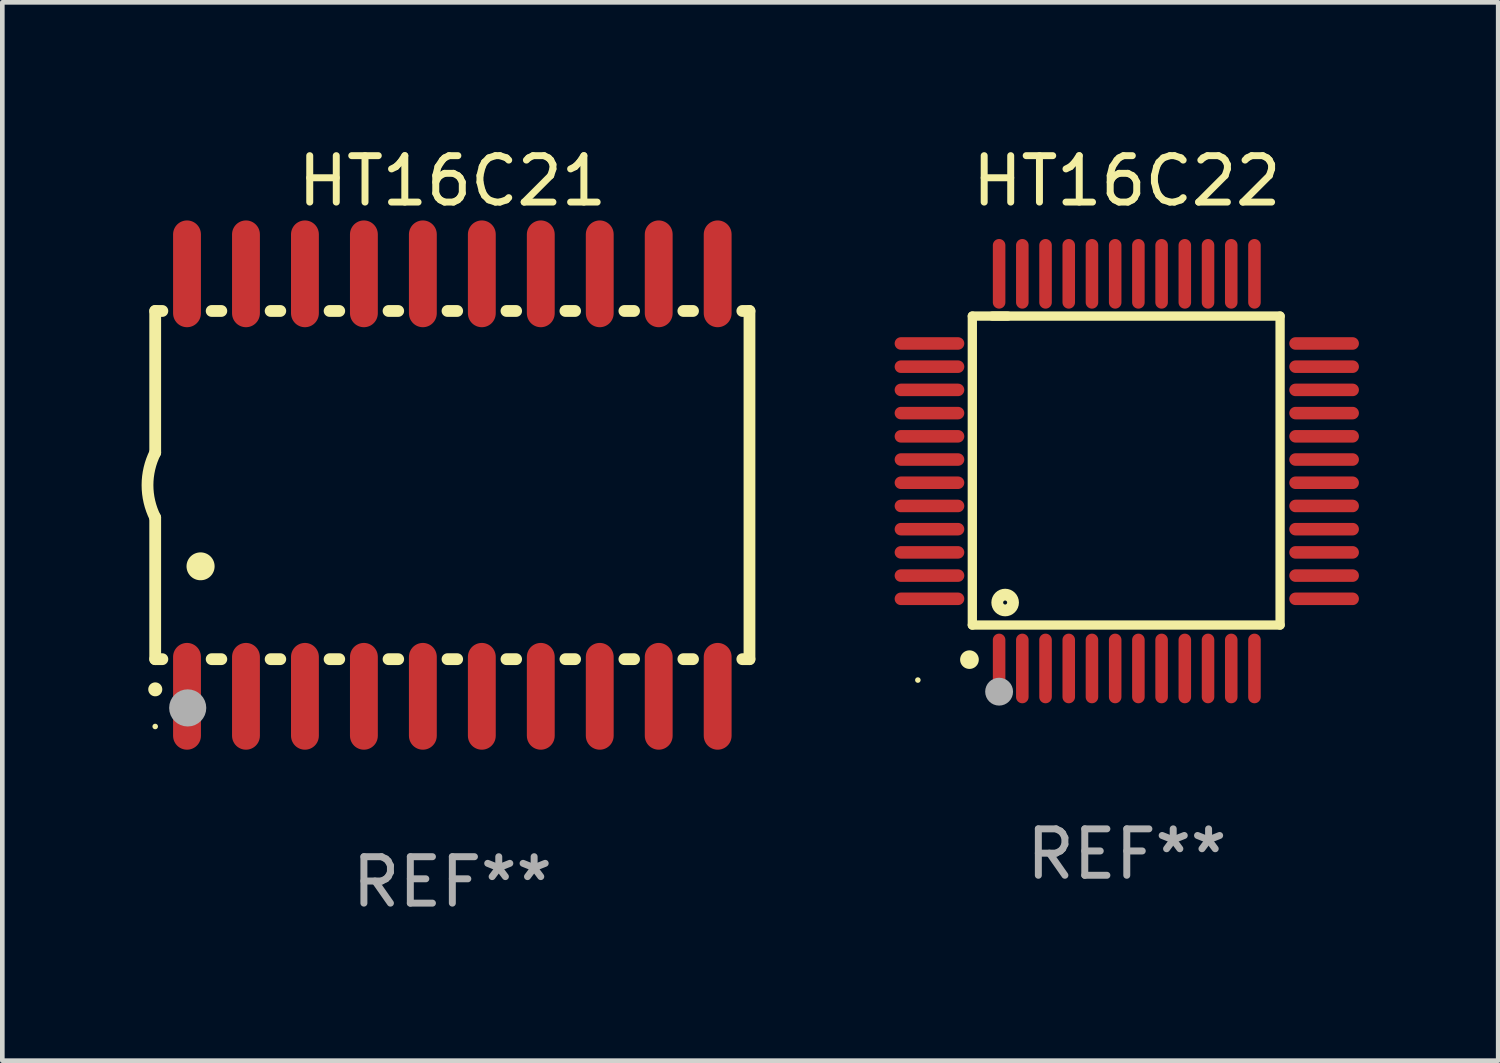
<source format=kicad_pcb>
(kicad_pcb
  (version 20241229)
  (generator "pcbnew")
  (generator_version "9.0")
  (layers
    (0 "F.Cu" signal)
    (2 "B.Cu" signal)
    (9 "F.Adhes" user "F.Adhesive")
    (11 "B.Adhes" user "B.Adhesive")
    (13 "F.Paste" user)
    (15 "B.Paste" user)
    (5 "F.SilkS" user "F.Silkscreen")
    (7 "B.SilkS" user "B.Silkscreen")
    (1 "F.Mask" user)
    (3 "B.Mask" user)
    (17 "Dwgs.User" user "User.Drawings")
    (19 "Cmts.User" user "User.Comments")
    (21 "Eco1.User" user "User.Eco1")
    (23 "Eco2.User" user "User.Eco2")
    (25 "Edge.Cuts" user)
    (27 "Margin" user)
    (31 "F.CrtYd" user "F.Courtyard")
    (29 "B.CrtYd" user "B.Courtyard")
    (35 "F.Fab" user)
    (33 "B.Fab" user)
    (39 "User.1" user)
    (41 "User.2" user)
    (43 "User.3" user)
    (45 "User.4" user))
  (footprint "HT16C22"
    (layer "F.Cu")
    (at 21.22 7.098)
    (property "Reference" "HT16C22" (at 0 -6.25 0) (layer "F.SilkS") (effects (font (size 1 1) (thickness 0.15))))
    (attr through_hole)
    (fp_line (start -3.327 -3.34) (end -2.565 -3.34) (stroke (width 0.2) (type solid)) (layer "F.SilkS"))
    (fp_line (start -3.327 3.315) (end -3.327 -3.34) (stroke (width 0.2) (type solid)) (layer "F.SilkS"))
    (fp_line (start -2.896 -3.34) (end 3.302 -3.34) (stroke (width 0.2) (type solid)) (layer "F.SilkS"))
    (fp_line (start 3.302 -3.34) (end 3.302 3.315) (stroke (width 0.2) (type solid)) (layer "F.SilkS"))
    (fp_line (start 3.302 3.315) (end -3.327 3.315) (stroke (width 0.2) (type solid)) (layer "F.SilkS"))
    (fp_arc (start -3.389992 4.059995) (mid -3.388722 4.059991) (end -3.387452 4.059995) (stroke (width 0.4) (type solid)) (layer "F.SilkS"))
    (fp_circle (center -4.5 4.5) (end -4.47 4.5) (stroke (width 0.06) (type solid)) (fill no) (layer "F.SilkS"))
    (fp_circle (center -2.62 2.83) (end -2.45 2.83) (stroke (width 0.254) (type solid)) (fill no) (layer "F.SilkS"))
    (fp_circle (center -2.75 4.75) (end -2.6 4.75) (stroke (width 0.3) (type solid)) (fill no) (layer "F.Fab"))
    (fp_text user "REF**" (at 0 8.25 0) (layer "F.Fab") (effects (font (size 1 1) (thickness 0.15))))
    (pad "1" smd oval (at -2.75 4.25) (size 0.27 1.5) (layers "F.Cu" "F.Mask" "F.Paste"))
    (pad "2" smd oval (at -2.25 4.25) (size 0.27 1.5) (layers "F.Cu" "F.Mask" "F.Paste"))
    (pad "3" smd oval (at -1.75 4.25) (size 0.27 1.5) (layers "F.Cu" "F.Mask" "F.Paste"))
    (pad "4" smd oval (at -1.25 4.25) (size 0.27 1.5) (layers "F.Cu" "F.Mask" "F.Paste"))
    (pad "5" smd oval (at -0.75 4.25) (size 0.27 1.5) (layers "F.Cu" "F.Mask" "F.Paste"))
    (pad "6" smd oval (at -0.25 4.25) (size 0.27 1.5) (layers "F.Cu" "F.Mask" "F.Paste"))
    (pad "7" smd oval (at 0.25 4.25) (size 0.27 1.5) (layers "F.Cu" "F.Mask" "F.Paste"))
    (pad "8" smd oval (at 0.75 4.25) (size 0.27 1.5) (layers "F.Cu" "F.Mask" "F.Paste"))
    (pad "9" smd oval (at 1.25 4.25) (size 0.27 1.5) (layers "F.Cu" "F.Mask" "F.Paste"))
    (pad "10" smd oval (at 1.75 4.25) (size 0.27 1.5) (layers "F.Cu" "F.Mask" "F.Paste"))
    (pad "11" smd oval (at 2.25 4.25) (size 0.27 1.5) (layers "F.Cu" "F.Mask" "F.Paste"))
    (pad "12" smd oval (at 2.75 4.25) (size 0.27 1.5) (layers "F.Cu" "F.Mask" "F.Paste"))
    (pad "13" smd oval (at 4.25 2.75) (size 1.5 0.27) (layers "F.Cu" "F.Mask" "F.Paste"))
    (pad "14" smd oval (at 4.25 2.25) (size 1.5 0.27) (layers "F.Cu" "F.Mask" "F.Paste"))
    (pad "15" smd oval (at 4.25 1.75) (size 1.5 0.27) (layers "F.Cu" "F.Mask" "F.Paste"))
    (pad "16" smd oval (at 4.25 1.25) (size 1.5 0.27) (layers "F.Cu" "F.Mask" "F.Paste"))
    (pad "17" smd oval (at 4.25 0.75) (size 1.5 0.27) (layers "F.Cu" "F.Mask" "F.Paste"))
    (pad "18" smd oval (at 4.25 0.25) (size 1.5 0.27) (layers "F.Cu" "F.Mask" "F.Paste"))
    (pad "19" smd oval (at 4.25 -0.25) (size 1.5 0.27) (layers "F.Cu" "F.Mask" "F.Paste"))
    (pad "20" smd oval (at 4.25 -0.75) (size 1.5 0.27) (layers "F.Cu" "F.Mask" "F.Paste"))
    (pad "21" smd oval (at 4.25 -1.25) (size 1.5 0.27) (layers "F.Cu" "F.Mask" "F.Paste"))
    (pad "22" smd oval (at 4.25 -1.75) (size 1.5 0.27) (layers "F.Cu" "F.Mask" "F.Paste"))
    (pad "23" smd oval (at 4.25 -2.25) (size 1.5 0.27) (layers "F.Cu" "F.Mask" "F.Paste"))
    (pad "24" smd oval (at 4.25 -2.75) (size 1.5 0.27) (layers "F.Cu" "F.Mask" "F.Paste"))
    (pad "25" smd oval (at 2.75 -4.25) (size 0.27 1.5) (layers "F.Cu" "F.Mask" "F.Paste"))
    (pad "26" smd oval (at 2.25 -4.25) (size 0.27 1.5) (layers "F.Cu" "F.Mask" "F.Paste"))
    (pad "27" smd oval (at 1.75 -4.25) (size 0.27 1.5) (layers "F.Cu" "F.Mask" "F.Paste"))
    (pad "28" smd oval (at 1.25 -4.25) (size 0.27 1.5) (layers "F.Cu" "F.Mask" "F.Paste"))
    (pad "29" smd oval (at 0.75 -4.25) (size 0.27 1.5) (layers "F.Cu" "F.Mask" "F.Paste"))
    (pad "30" smd oval (at 0.25 -4.25) (size 0.27 1.5) (layers "F.Cu" "F.Mask" "F.Paste"))
    (pad "31" smd oval (at -0.25 -4.25) (size 0.27 1.5) (layers "F.Cu" "F.Mask" "F.Paste"))
    (pad "32" smd oval (at -0.75 -4.25) (size 0.27 1.5) (layers "F.Cu" "F.Mask" "F.Paste"))
    (pad "33" smd oval (at -1.25 -4.25) (size 0.27 1.5) (layers "F.Cu" "F.Mask" "F.Paste"))
    (pad "34" smd oval (at -1.75 -4.25) (size 0.27 1.5) (layers "F.Cu" "F.Mask" "F.Paste"))
    (pad "35" smd oval (at -2.25 -4.25) (size 0.27 1.5) (layers "F.Cu" "F.Mask" "F.Paste"))
    (pad "36" smd oval (at -2.75 -4.25) (size 0.27 1.5) (layers "F.Cu" "F.Mask" "F.Paste"))
    (pad "37" smd oval (at -4.25 -2.75) (size 1.5 0.27) (layers "F.Cu" "F.Mask" "F.Paste"))
    (pad "38" smd oval (at -4.25 -2.25) (size 1.5 0.27) (layers "F.Cu" "F.Mask" "F.Paste"))
    (pad "39" smd oval (at -4.25 -1.75) (size 1.5 0.27) (layers "F.Cu" "F.Mask" "F.Paste"))
    (pad "40" smd oval (at -4.25 -1.25) (size 1.5 0.27) (layers "F.Cu" "F.Mask" "F.Paste"))
    (pad "41" smd oval (at -4.25 -0.75) (size 1.5 0.27) (layers "F.Cu" "F.Mask" "F.Paste"))
    (pad "42" smd oval (at -4.25 -0.25) (size 1.5 0.27) (layers "F.Cu" "F.Mask" "F.Paste"))
    (pad "43" smd oval (at -4.25 0.25) (size 1.5 0.27) (layers "F.Cu" "F.Mask" "F.Paste"))
    (pad "44" smd oval (at -4.25 0.75) (size 1.5 0.27) (layers "F.Cu" "F.Mask" "F.Paste"))
    (pad "45" smd oval (at -4.25 1.25) (size 1.5 0.27) (layers "F.Cu" "F.Mask" "F.Paste"))
    (pad "46" smd oval (at -4.25 1.75) (size 1.5 0.27) (layers "F.Cu" "F.Mask" "F.Paste"))
    (pad "47" smd oval (at -4.25 2.25) (size 1.5 0.27) (layers "F.Cu" "F.Mask" "F.Paste"))
    (pad "48" smd oval (at -4.25 2.75) (size 1.5 0.27) (layers "F.Cu" "F.Mask" "F.Paste")))
  (footprint "HT16C21"
    (layer "F.Cu")
    (at 6.693 7.398)
    (property "Reference" "HT16C21" (at 0 -6.55 0) (layer "F.SilkS") (effects (font (size 1 1) (thickness 0.15))))
    (attr through_hole)
    (fp_line (start -6.4 -3.75) (end -6.4 -0.7) (stroke (width 0.254) (type solid)) (layer "F.SilkS"))
    (fp_line (start -6.4 -3.75) (end -6.246 -3.75) (stroke (width 0.254) (type solid)) (layer "F.SilkS"))
    (fp_line (start -6.4 3.75) (end -6.4 0.7) (stroke (width 0.254) (type solid)) (layer "F.SilkS"))
    (fp_line (start -6.246 3.75) (end -6.4 3.75) (stroke (width 0.254) (type solid)) (layer "F.SilkS"))
    (fp_line (start -5.184 -3.75) (end -4.976 -3.75) (stroke (width 0.254) (type solid)) (layer "F.SilkS"))
    (fp_line (start -4.976 3.75) (end -5.184 3.75) (stroke (width 0.254) (type solid)) (layer "F.SilkS"))
    (fp_line (start -3.914 -3.75) (end -3.706 -3.75) (stroke (width 0.254) (type solid)) (layer "F.SilkS"))
    (fp_line (start -3.706 3.75) (end -3.914 3.75) (stroke (width 0.254) (type solid)) (layer "F.SilkS"))
    (fp_line (start -2.644 -3.75) (end -2.436 -3.75) (stroke (width 0.254) (type solid)) (layer "F.SilkS"))
    (fp_line (start -2.436 3.75) (end -2.644 3.75) (stroke (width 0.254) (type solid)) (layer "F.SilkS"))
    (fp_line (start -1.374 -3.75) (end -1.166 -3.75) (stroke (width 0.254) (type solid)) (layer "F.SilkS"))
    (fp_line (start -1.166 3.75) (end -1.374 3.75) (stroke (width 0.254) (type solid)) (layer "F.SilkS"))
    (fp_line (start -0.104 -3.75) (end 0.104 -3.75) (stroke (width 0.254) (type solid)) (layer "F.SilkS"))
    (fp_line (start 0.104 3.75) (end -0.104 3.75) (stroke (width 0.254) (type solid)) (layer "F.SilkS"))
    (fp_line (start 1.166 -3.75) (end 1.374 -3.75) (stroke (width 0.254) (type solid)) (layer "F.SilkS"))
    (fp_line (start 1.374 3.75) (end 1.166 3.75) (stroke (width 0.254) (type solid)) (layer "F.SilkS"))
    (fp_line (start 2.436 -3.75) (end 2.644 -3.75) (stroke (width 0.254) (type solid)) (layer "F.SilkS"))
    (fp_line (start 2.644 3.75) (end 2.436 3.75) (stroke (width 0.254) (type solid)) (layer "F.SilkS"))
    (fp_line (start 3.706 -3.75) (end 3.914 -3.75) (stroke (width 0.254) (type solid)) (layer "F.SilkS"))
    (fp_line (start 3.914 3.75) (end 3.706 3.75) (stroke (width 0.254) (type solid)) (layer "F.SilkS"))
    (fp_line (start 4.976 -3.75) (end 5.184 -3.75) (stroke (width 0.254) (type solid)) (layer "F.SilkS"))
    (fp_line (start 5.184 3.75) (end 4.976 3.75) (stroke (width 0.254) (type solid)) (layer "F.SilkS"))
    (fp_line (start 6.246 -3.75) (end 6.4 -3.75) (stroke (width 0.254) (type solid)) (layer "F.SilkS"))
    (fp_line (start 6.4 -3.75) (end 6.4 3.75) (stroke (width 0.254) (type solid)) (layer "F.SilkS"))
    (fp_line (start 6.4 3.75) (end 6.246 3.75) (stroke (width 0.254) (type solid)) (layer "F.SilkS"))
    (fp_arc (start -6.400812 0.701041) (mid -6.565912 0.000428) (end -6.400025 -0.7) (stroke (width 0.254001) (type solid)) (layer "F.SilkS"))
    (fp_arc (start -6.400025 4.4) (mid -6.398755 4.399995) (end -6.397485 4.4) (stroke (width 0.3) (type solid)) (layer "F.SilkS"))
    (fp_arc (start -5.425451 1.750064) (mid -5.422911 1.750053) (end -5.420371 1.750064) (stroke (width 0.6) (type solid)) (layer "F.SilkS"))
    (fp_circle (center -6.4 5.2) (end -6.37 5.2) (stroke (width 0.06) (type solid)) (fill no) (layer "F.SilkS"))
    (fp_circle (center -5.7 4.8) (end -5.5 4.8) (stroke (width 0.4) (type solid)) (fill no) (layer "F.Fab"))
    (fp_text user "REF**" (at 0 8.55 0) (layer "F.Fab") (effects (font (size 1 1) (thickness 0.15))))
    (pad "1" smd oval (at -5.715 4.55 180) (size 0.6 2.3) (layers "F.Cu" "F.Mask" "F.Paste"))
    (pad "2" smd oval (at -4.445 4.55 180) (size 0.6 2.3) (layers "F.Cu" "F.Mask" "F.Paste"))
    (pad "3" smd oval (at -3.175 4.55 180) (size 0.6 2.3) (layers "F.Cu" "F.Mask" "F.Paste"))
    (pad "4" smd oval (at -1.905 4.55 180) (size 0.6 2.3) (layers "F.Cu" "F.Mask" "F.Paste"))
    (pad "5" smd oval (at -0.635 4.55 180) (size 0.6 2.3) (layers "F.Cu" "F.Mask" "F.Paste"))
    (pad "6" smd oval (at 0.635 4.55 180) (size 0.6 2.3) (layers "F.Cu" "F.Mask" "F.Paste"))
    (pad "7" smd oval (at 1.905 4.55 180) (size 0.6 2.3) (layers "F.Cu" "F.Mask" "F.Paste"))
    (pad "8" smd oval (at 3.175 4.55 180) (size 0.6 2.3) (layers "F.Cu" "F.Mask" "F.Paste"))
    (pad "9" smd oval (at 4.445 4.55 180) (size 0.6 2.3) (layers "F.Cu" "F.Mask" "F.Paste"))
    (pad "10" smd oval (at 5.715 4.55 180) (size 0.6 2.3) (layers "F.Cu" "F.Mask" "F.Paste"))
    (pad "11" smd oval (at 5.715 -4.55 180) (size 0.6 2.3) (layers "F.Cu" "F.Mask" "F.Paste"))
    (pad "12" smd oval (at 4.445 -4.55 180) (size 0.6 2.3) (layers "F.Cu" "F.Mask" "F.Paste"))
    (pad "13" smd oval (at 3.175 -4.55 180) (size 0.6 2.3) (layers "F.Cu" "F.Mask" "F.Paste"))
    (pad "14" smd oval (at 1.905 -4.55 180) (size 0.6 2.3) (layers "F.Cu" "F.Mask" "F.Paste"))
    (pad "15" smd oval (at 0.635 -4.55 180) (size 0.6 2.3) (layers "F.Cu" "F.Mask" "F.Paste"))
    (pad "16" smd oval (at -0.635 -4.55 180) (size 0.6 2.3) (layers "F.Cu" "F.Mask" "F.Paste"))
    (pad "17" smd oval (at -1.905 -4.55 180) (size 0.6 2.3) (layers "F.Cu" "F.Mask" "F.Paste"))
    (pad "18" smd oval (at -3.175 -4.55 180) (size 0.6 2.3) (layers "F.Cu" "F.Mask" "F.Paste"))
    (pad "19" smd oval (at -4.445 -4.55 180) (size 0.6 2.3) (layers "F.Cu" "F.Mask" "F.Paste"))
    (pad "20" smd oval (at -5.715 -4.55 180) (size 0.6 2.3) (layers "F.Cu" "F.Mask" "F.Paste")))
  (gr_rect
    (start -3 -3)
    (end 29.22 19.796)
    (stroke (width 0.1) (type default))
    (fill no)
    (layer "Edge.Cuts")))
</source>
